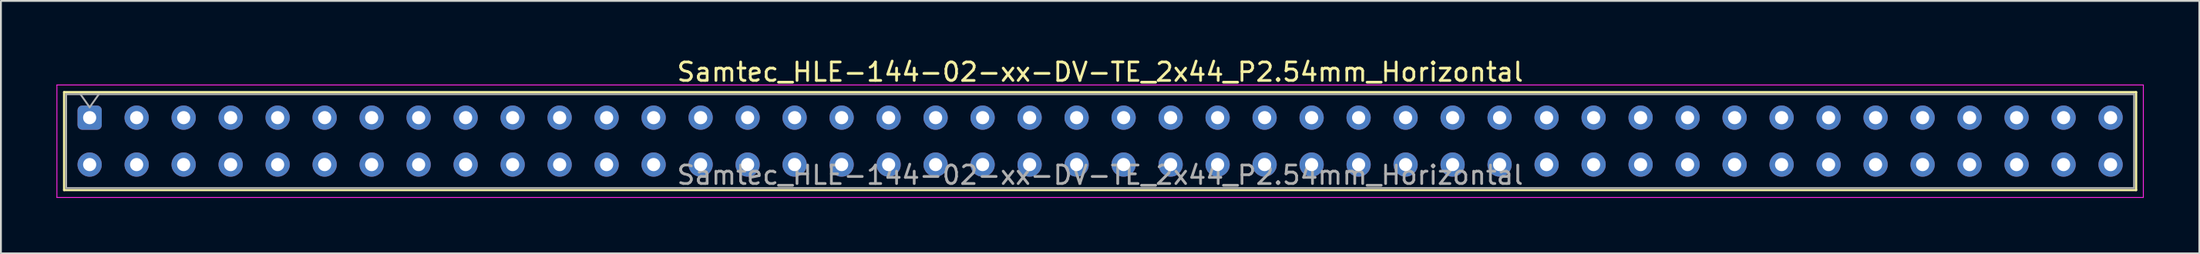
<source format=kicad_pcb>
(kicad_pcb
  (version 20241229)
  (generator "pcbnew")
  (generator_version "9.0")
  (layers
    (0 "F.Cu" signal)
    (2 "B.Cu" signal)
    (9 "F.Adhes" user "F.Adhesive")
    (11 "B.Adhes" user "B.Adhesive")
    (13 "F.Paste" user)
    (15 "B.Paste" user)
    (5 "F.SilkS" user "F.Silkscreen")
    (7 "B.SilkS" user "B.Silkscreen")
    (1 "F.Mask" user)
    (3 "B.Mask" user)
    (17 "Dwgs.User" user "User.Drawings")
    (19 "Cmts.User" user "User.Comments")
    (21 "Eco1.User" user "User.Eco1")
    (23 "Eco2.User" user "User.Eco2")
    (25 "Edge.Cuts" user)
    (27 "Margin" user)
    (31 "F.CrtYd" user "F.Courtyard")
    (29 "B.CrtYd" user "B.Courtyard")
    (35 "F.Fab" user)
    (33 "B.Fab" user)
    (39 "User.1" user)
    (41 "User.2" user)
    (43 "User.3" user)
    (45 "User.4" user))
  (footprint "Samtec_HLE-144-02-xx-DV-TE_2x44_P2.54mm_Horizontal"
    (layer "F.Cu")
    (at 1.795 3.318)
    (property "Reference" "Samtec_HLE-144-02-xx-DV-TE_2x44_P2.54mm_Horizontal" (at 54.61 -2.47 0) (layer "F.SilkS") (effects (font (size 1 1) (thickness 0.15))))
    (attr through_hole)
    (fp_line (start -1.38 -1.38) (end 110.6 -1.38) (stroke (width 0.12) (type solid)) (layer "F.SilkS"))
    (fp_line (start -1.38 3.92) (end -1.38 -1.38) (stroke (width 0.12) (type solid)) (layer "F.SilkS"))
    (fp_line (start 110.6 -1.38) (end 110.6 3.92) (stroke (width 0.12) (type solid)) (layer "F.SilkS"))
    (fp_line (start 110.6 3.92) (end -1.38 3.92) (stroke (width 0.12) (type solid)) (layer "F.SilkS"))
    (fp_line (start -1.77 -1.77) (end 110.99 -1.77) (stroke (width 0.05) (type solid)) (layer "F.CrtYd"))
    (fp_line (start -1.77 4.32) (end -1.77 -1.77) (stroke (width 0.05) (type solid)) (layer "F.CrtYd"))
    (fp_line (start 110.99 -1.77) (end 110.99 4.32) (stroke (width 0.05) (type solid)) (layer "F.CrtYd"))
    (fp_line (start 110.99 4.32) (end -1.77 4.32) (stroke (width 0.05) (type solid)) (layer "F.CrtYd"))
    (fp_line (start -1.27 -1.27) (end 110.49 -1.27) (stroke (width 0.1) (type solid)) (layer "F.Fab"))
    (fp_line (start -1.27 3.81) (end -1.27 -1.27) (stroke (width 0.1) (type solid)) (layer "F.Fab"))
    (fp_line (start -0.5 -1.27) (end 0 -0.563) (stroke (width 0.1) (type solid)) (layer "F.Fab"))
    (fp_line (start 0 -0.563) (end 0.5 -1.27) (stroke (width 0.1) (type solid)) (layer "F.Fab"))
    (fp_line (start 110.49 -1.27) (end 110.49 3.81) (stroke (width 0.1) (type solid)) (layer "F.Fab"))
    (fp_line (start 110.49 3.81) (end -1.27 3.81) (stroke (width 0.1) (type solid)) (layer "F.Fab"))
    (fp_text user "${REFERENCE}" (at 54.61 3.11 0) (layer "F.Fab") (effects (font (size 1 1) (thickness 0.15))))
    (pad "1" thru_hole roundrect (at 0 0) (size 1.31 1.31) (drill 0.71) (layers "*.Cu" "*.Mask") (roundrect_rratio 0.191))
    (pad "2" thru_hole circle (at 0 2.54) (size 1.31 1.31) (drill 0.71) (layers "*.Cu" "*.Mask"))
    (pad "3" thru_hole circle (at 2.54 0) (size 1.31 1.31) (drill 0.71) (layers "*.Cu" "*.Mask"))
    (pad "4" thru_hole circle (at 2.54 2.54) (size 1.31 1.31) (drill 0.71) (layers "*.Cu" "*.Mask"))
    (pad "5" thru_hole circle (at 5.08 0) (size 1.31 1.31) (drill 0.71) (layers "*.Cu" "*.Mask"))
    (pad "6" thru_hole circle (at 5.08 2.54) (size 1.31 1.31) (drill 0.71) (layers "*.Cu" "*.Mask"))
    (pad "7" thru_hole circle (at 7.62 0) (size 1.31 1.31) (drill 0.71) (layers "*.Cu" "*.Mask"))
    (pad "8" thru_hole circle (at 7.62 2.54) (size 1.31 1.31) (drill 0.71) (layers "*.Cu" "*.Mask"))
    (pad "9" thru_hole circle (at 10.16 0) (size 1.31 1.31) (drill 0.71) (layers "*.Cu" "*.Mask"))
    (pad "10" thru_hole circle (at 10.16 2.54) (size 1.31 1.31) (drill 0.71) (layers "*.Cu" "*.Mask"))
    (pad "11" thru_hole circle (at 12.7 0) (size 1.31 1.31) (drill 0.71) (layers "*.Cu" "*.Mask"))
    (pad "12" thru_hole circle (at 12.7 2.54) (size 1.31 1.31) (drill 0.71) (layers "*.Cu" "*.Mask"))
    (pad "13" thru_hole circle (at 15.24 0) (size 1.31 1.31) (drill 0.71) (layers "*.Cu" "*.Mask"))
    (pad "14" thru_hole circle (at 15.24 2.54) (size 1.31 1.31) (drill 0.71) (layers "*.Cu" "*.Mask"))
    (pad "15" thru_hole circle (at 17.78 0) (size 1.31 1.31) (drill 0.71) (layers "*.Cu" "*.Mask"))
    (pad "16" thru_hole circle (at 17.78 2.54) (size 1.31 1.31) (drill 0.71) (layers "*.Cu" "*.Mask"))
    (pad "17" thru_hole circle (at 20.32 0) (size 1.31 1.31) (drill 0.71) (layers "*.Cu" "*.Mask"))
    (pad "18" thru_hole circle (at 20.32 2.54) (size 1.31 1.31) (drill 0.71) (layers "*.Cu" "*.Mask"))
    (pad "19" thru_hole circle (at 22.86 0) (size 1.31 1.31) (drill 0.71) (layers "*.Cu" "*.Mask"))
    (pad "20" thru_hole circle (at 22.86 2.54) (size 1.31 1.31) (drill 0.71) (layers "*.Cu" "*.Mask"))
    (pad "21" thru_hole circle (at 25.4 0) (size 1.31 1.31) (drill 0.71) (layers "*.Cu" "*.Mask"))
    (pad "22" thru_hole circle (at 25.4 2.54) (size 1.31 1.31) (drill 0.71) (layers "*.Cu" "*.Mask"))
    (pad "23" thru_hole circle (at 27.94 0) (size 1.31 1.31) (drill 0.71) (layers "*.Cu" "*.Mask"))
    (pad "24" thru_hole circle (at 27.94 2.54) (size 1.31 1.31) (drill 0.71) (layers "*.Cu" "*.Mask"))
    (pad "25" thru_hole circle (at 30.48 0) (size 1.31 1.31) (drill 0.71) (layers "*.Cu" "*.Mask"))
    (pad "26" thru_hole circle (at 30.48 2.54) (size 1.31 1.31) (drill 0.71) (layers "*.Cu" "*.Mask"))
    (pad "27" thru_hole circle (at 33.02 0) (size 1.31 1.31) (drill 0.71) (layers "*.Cu" "*.Mask"))
    (pad "28" thru_hole circle (at 33.02 2.54) (size 1.31 1.31) (drill 0.71) (layers "*.Cu" "*.Mask"))
    (pad "29" thru_hole circle (at 35.56 0) (size 1.31 1.31) (drill 0.71) (layers "*.Cu" "*.Mask"))
    (pad "30" thru_hole circle (at 35.56 2.54) (size 1.31 1.31) (drill 0.71) (layers "*.Cu" "*.Mask"))
    (pad "31" thru_hole circle (at 38.1 0) (size 1.31 1.31) (drill 0.71) (layers "*.Cu" "*.Mask"))
    (pad "32" thru_hole circle (at 38.1 2.54) (size 1.31 1.31) (drill 0.71) (layers "*.Cu" "*.Mask"))
    (pad "33" thru_hole circle (at 40.64 0) (size 1.31 1.31) (drill 0.71) (layers "*.Cu" "*.Mask"))
    (pad "34" thru_hole circle (at 40.64 2.54) (size 1.31 1.31) (drill 0.71) (layers "*.Cu" "*.Mask"))
    (pad "35" thru_hole circle (at 43.18 0) (size 1.31 1.31) (drill 0.71) (layers "*.Cu" "*.Mask"))
    (pad "36" thru_hole circle (at 43.18 2.54) (size 1.31 1.31) (drill 0.71) (layers "*.Cu" "*.Mask"))
    (pad "37" thru_hole circle (at 45.72 0) (size 1.31 1.31) (drill 0.71) (layers "*.Cu" "*.Mask"))
    (pad "38" thru_hole circle (at 45.72 2.54) (size 1.31 1.31) (drill 0.71) (layers "*.Cu" "*.Mask"))
    (pad "39" thru_hole circle (at 48.26 0) (size 1.31 1.31) (drill 0.71) (layers "*.Cu" "*.Mask"))
    (pad "40" thru_hole circle (at 48.26 2.54) (size 1.31 1.31) (drill 0.71) (layers "*.Cu" "*.Mask"))
    (pad "41" thru_hole circle (at 50.8 0) (size 1.31 1.31) (drill 0.71) (layers "*.Cu" "*.Mask"))
    (pad "42" thru_hole circle (at 50.8 2.54) (size 1.31 1.31) (drill 0.71) (layers "*.Cu" "*.Mask"))
    (pad "43" thru_hole circle (at 53.34 0) (size 1.31 1.31) (drill 0.71) (layers "*.Cu" "*.Mask"))
    (pad "44" thru_hole circle (at 53.34 2.54) (size 1.31 1.31) (drill 0.71) (layers "*.Cu" "*.Mask"))
    (pad "45" thru_hole circle (at 55.88 0) (size 1.31 1.31) (drill 0.71) (layers "*.Cu" "*.Mask"))
    (pad "46" thru_hole circle (at 55.88 2.54) (size 1.31 1.31) (drill 0.71) (layers "*.Cu" "*.Mask"))
    (pad "47" thru_hole circle (at 58.42 0) (size 1.31 1.31) (drill 0.71) (layers "*.Cu" "*.Mask"))
    (pad "48" thru_hole circle (at 58.42 2.54) (size 1.31 1.31) (drill 0.71) (layers "*.Cu" "*.Mask"))
    (pad "49" thru_hole circle (at 60.96 0) (size 1.31 1.31) (drill 0.71) (layers "*.Cu" "*.Mask"))
    (pad "50" thru_hole circle (at 60.96 2.54) (size 1.31 1.31) (drill 0.71) (layers "*.Cu" "*.Mask"))
    (pad "51" thru_hole circle (at 63.5 0) (size 1.31 1.31) (drill 0.71) (layers "*.Cu" "*.Mask"))
    (pad "52" thru_hole circle (at 63.5 2.54) (size 1.31 1.31) (drill 0.71) (layers "*.Cu" "*.Mask"))
    (pad "53" thru_hole circle (at 66.04 0) (size 1.31 1.31) (drill 0.71) (layers "*.Cu" "*.Mask"))
    (pad "54" thru_hole circle (at 66.04 2.54) (size 1.31 1.31) (drill 0.71) (layers "*.Cu" "*.Mask"))
    (pad "55" thru_hole circle (at 68.58 0) (size 1.31 1.31) (drill 0.71) (layers "*.Cu" "*.Mask"))
    (pad "56" thru_hole circle (at 68.58 2.54) (size 1.31 1.31) (drill 0.71) (layers "*.Cu" "*.Mask"))
    (pad "57" thru_hole circle (at 71.12 0) (size 1.31 1.31) (drill 0.71) (layers "*.Cu" "*.Mask"))
    (pad "58" thru_hole circle (at 71.12 2.54) (size 1.31 1.31) (drill 0.71) (layers "*.Cu" "*.Mask"))
    (pad "59" thru_hole circle (at 73.66 0) (size 1.31 1.31) (drill 0.71) (layers "*.Cu" "*.Mask"))
    (pad "60" thru_hole circle (at 73.66 2.54) (size 1.31 1.31) (drill 0.71) (layers "*.Cu" "*.Mask"))
    (pad "61" thru_hole circle (at 76.2 0) (size 1.31 1.31) (drill 0.71) (layers "*.Cu" "*.Mask"))
    (pad "62" thru_hole circle (at 76.2 2.54) (size 1.31 1.31) (drill 0.71) (layers "*.Cu" "*.Mask"))
    (pad "63" thru_hole circle (at 78.74 0) (size 1.31 1.31) (drill 0.71) (layers "*.Cu" "*.Mask"))
    (pad "64" thru_hole circle (at 78.74 2.54) (size 1.31 1.31) (drill 0.71) (layers "*.Cu" "*.Mask"))
    (pad "65" thru_hole circle (at 81.28 0) (size 1.31 1.31) (drill 0.71) (layers "*.Cu" "*.Mask"))
    (pad "66" thru_hole circle (at 81.28 2.54) (size 1.31 1.31) (drill 0.71) (layers "*.Cu" "*.Mask"))
    (pad "67" thru_hole circle (at 83.82 0) (size 1.31 1.31) (drill 0.71) (layers "*.Cu" "*.Mask"))
    (pad "68" thru_hole circle (at 83.82 2.54) (size 1.31 1.31) (drill 0.71) (layers "*.Cu" "*.Mask"))
    (pad "69" thru_hole circle (at 86.36 0) (size 1.31 1.31) (drill 0.71) (layers "*.Cu" "*.Mask"))
    (pad "70" thru_hole circle (at 86.36 2.54) (size 1.31 1.31) (drill 0.71) (layers "*.Cu" "*.Mask"))
    (pad "71" thru_hole circle (at 88.9 0) (size 1.31 1.31) (drill 0.71) (layers "*.Cu" "*.Mask"))
    (pad "72" thru_hole circle (at 88.9 2.54) (size 1.31 1.31) (drill 0.71) (layers "*.Cu" "*.Mask"))
    (pad "73" thru_hole circle (at 91.44 0) (size 1.31 1.31) (drill 0.71) (layers "*.Cu" "*.Mask"))
    (pad "74" thru_hole circle (at 91.44 2.54) (size 1.31 1.31) (drill 0.71) (layers "*.Cu" "*.Mask"))
    (pad "75" thru_hole circle (at 93.98 0) (size 1.31 1.31) (drill 0.71) (layers "*.Cu" "*.Mask"))
    (pad "76" thru_hole circle (at 93.98 2.54) (size 1.31 1.31) (drill 0.71) (layers "*.Cu" "*.Mask"))
    (pad "77" thru_hole circle (at 96.52 0) (size 1.31 1.31) (drill 0.71) (layers "*.Cu" "*.Mask"))
    (pad "78" thru_hole circle (at 96.52 2.54) (size 1.31 1.31) (drill 0.71) (layers "*.Cu" "*.Mask"))
    (pad "79" thru_hole circle (at 99.06 0) (size 1.31 1.31) (drill 0.71) (layers "*.Cu" "*.Mask"))
    (pad "80" thru_hole circle (at 99.06 2.54) (size 1.31 1.31) (drill 0.71) (layers "*.Cu" "*.Mask"))
    (pad "81" thru_hole circle (at 101.6 0) (size 1.31 1.31) (drill 0.71) (layers "*.Cu" "*.Mask"))
    (pad "82" thru_hole circle (at 101.6 2.54) (size 1.31 1.31) (drill 0.71) (layers "*.Cu" "*.Mask"))
    (pad "83" thru_hole circle (at 104.14 0) (size 1.31 1.31) (drill 0.71) (layers "*.Cu" "*.Mask"))
    (pad "84" thru_hole circle (at 104.14 2.54) (size 1.31 1.31) (drill 0.71) (layers "*.Cu" "*.Mask"))
    (pad "85" thru_hole circle (at 106.68 0) (size 1.31 1.31) (drill 0.71) (layers "*.Cu" "*.Mask"))
    (pad "86" thru_hole circle (at 106.68 2.54) (size 1.31 1.31) (drill 0.71) (layers "*.Cu" "*.Mask"))
    (pad "87" thru_hole circle (at 109.22 0) (size 1.31 1.31) (drill 0.71) (layers "*.Cu" "*.Mask"))
    (pad "88" thru_hole circle (at 109.22 2.54) (size 1.31 1.31) (drill 0.71) (layers "*.Cu" "*.Mask")))
  (gr_rect
    (start -3 -3)
    (end 115.81 10.663)
    (stroke (width 0.1) (type default))
    (fill no)
    (layer "Edge.Cuts")))
</source>
